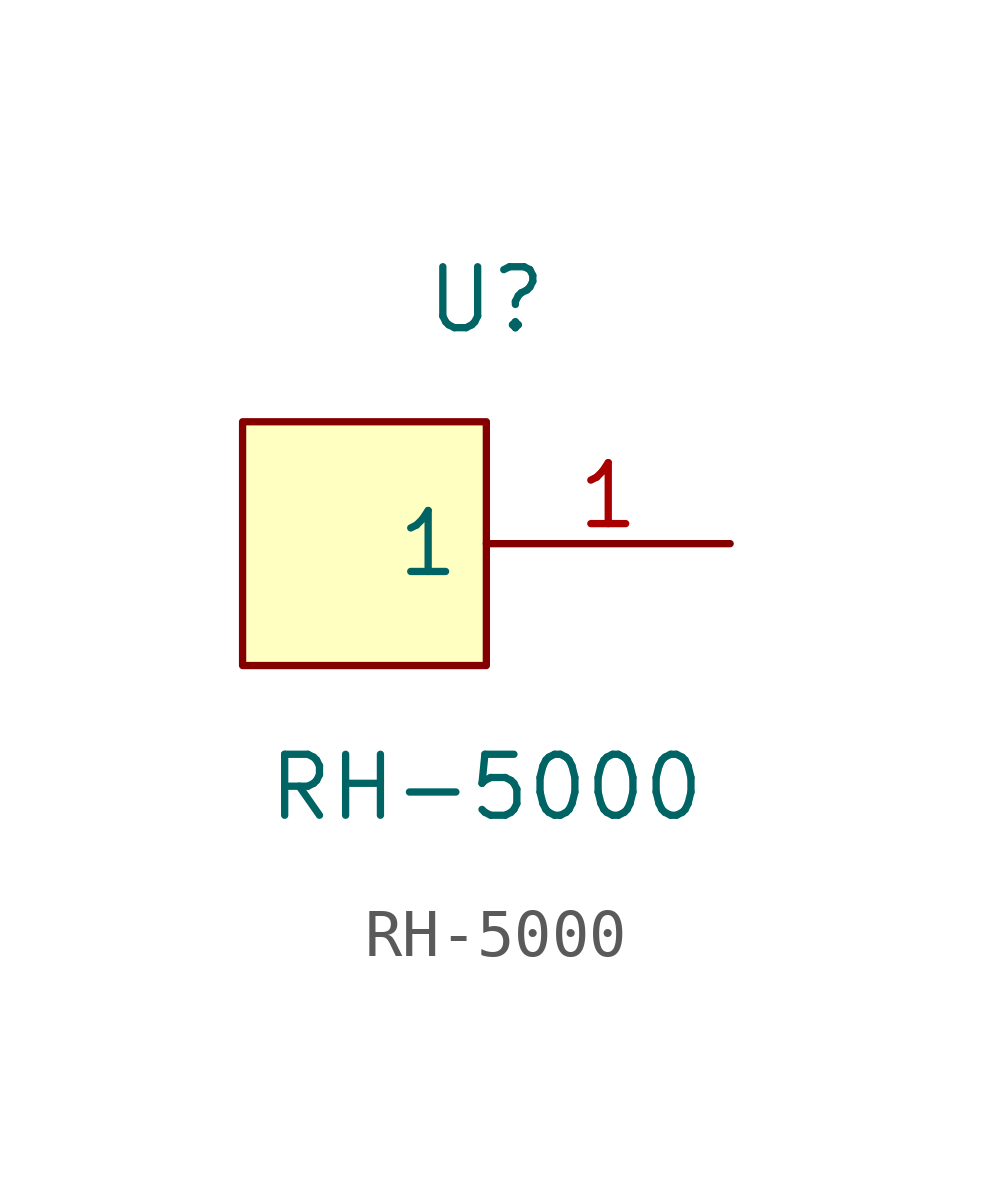
<source format=kicad_sym>
(kicad_symbol_lib
  (version 20241209)
  (generator "kicad_symbol_editor")
  (generator_version "9.0")
  (symbol "RH-5000"
    (property "Reference" "U"
      (at 0 5.08 0)
      (effects (font (size 1.27 1.27))))
    (property "Value" "RH-5000"
      (at 0 -5.08 0)
      (effects (font (size 1.27 1.27))))
    (symbol "RH-5000_0_1"
      (rectangle (start -5.08 2.54) (end 0 -2.54) (stroke (width 0) (type default)) (fill (type background)))
      (pin unspecified line (at 5.08 0 180) (length 5.08) (name "1" (effects (font (size 1.27 1.27)))) (number "1" (effects (font (size 1.27 1.27))))))))
</source>
